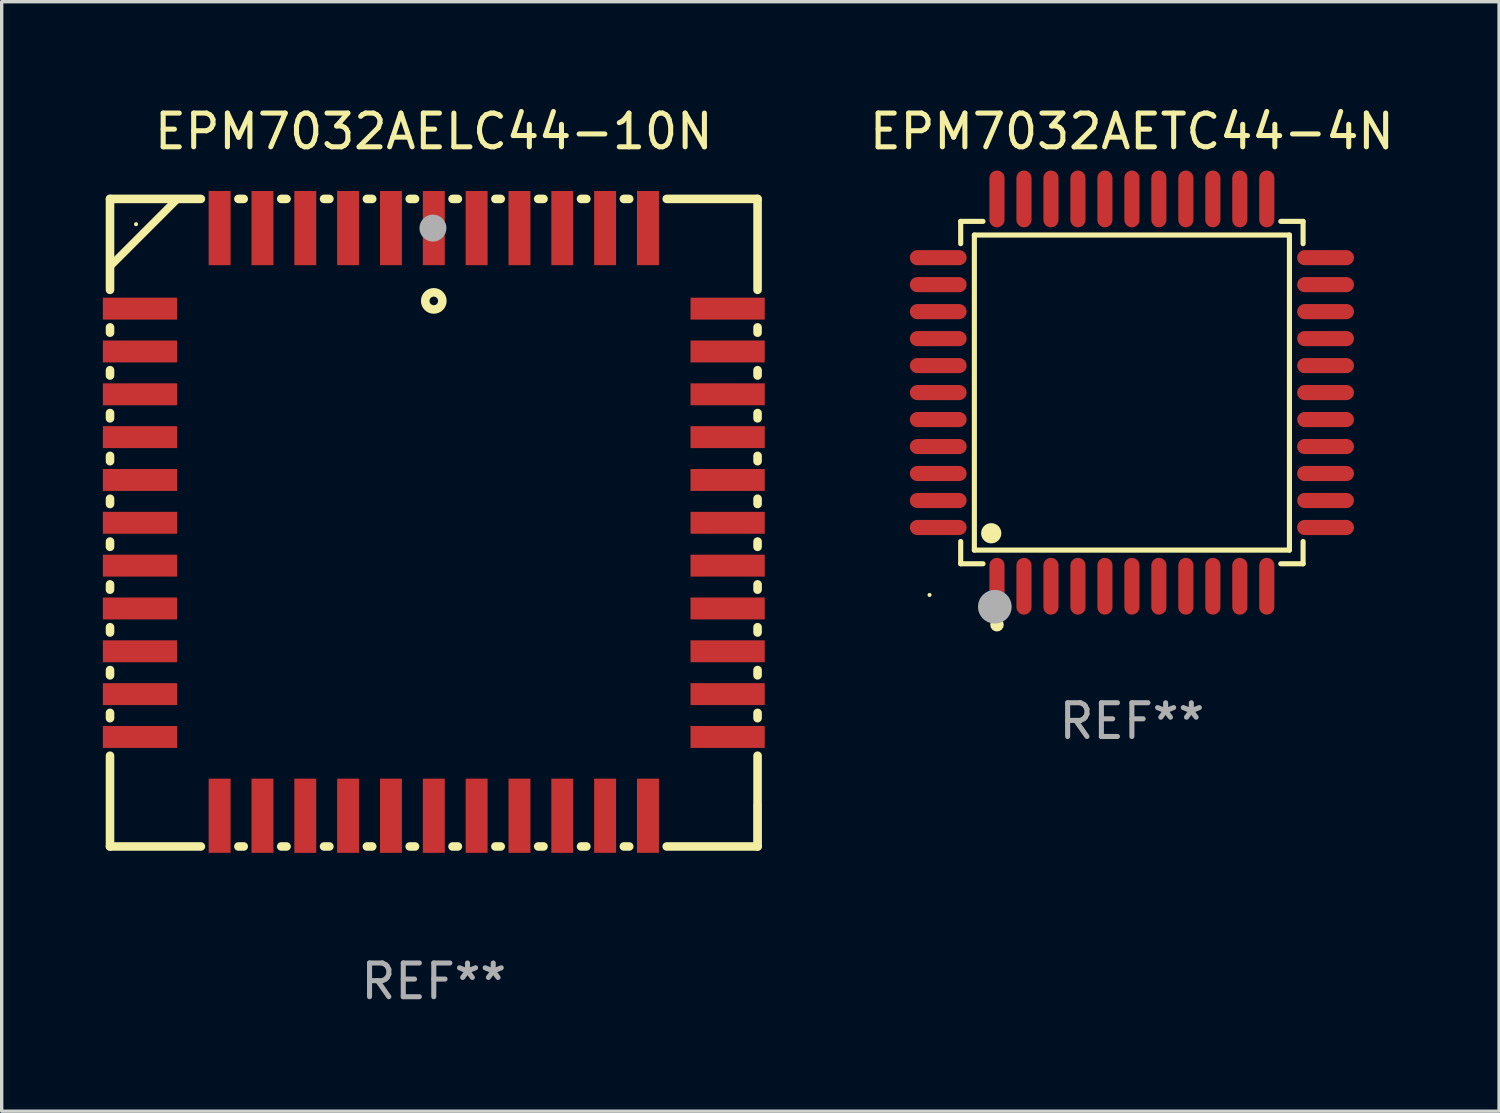
<source format=kicad_pcb>
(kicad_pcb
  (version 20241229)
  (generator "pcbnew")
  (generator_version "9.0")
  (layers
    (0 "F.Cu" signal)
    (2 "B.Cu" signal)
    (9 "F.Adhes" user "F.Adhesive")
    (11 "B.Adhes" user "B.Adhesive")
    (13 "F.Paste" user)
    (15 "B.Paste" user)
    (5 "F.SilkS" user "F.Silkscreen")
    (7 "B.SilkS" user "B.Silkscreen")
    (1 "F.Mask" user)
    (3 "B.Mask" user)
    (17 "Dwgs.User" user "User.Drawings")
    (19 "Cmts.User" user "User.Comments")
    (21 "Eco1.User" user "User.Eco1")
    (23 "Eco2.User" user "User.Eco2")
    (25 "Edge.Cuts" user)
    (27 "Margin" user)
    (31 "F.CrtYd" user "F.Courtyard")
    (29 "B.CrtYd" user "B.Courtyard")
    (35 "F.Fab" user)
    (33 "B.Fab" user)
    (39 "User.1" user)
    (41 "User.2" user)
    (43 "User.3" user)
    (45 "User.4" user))
  (footprint "EPM7032AETC44-4N"
    (layer "F.Cu")
    (at 30.511 8.59)
    (property "Reference" "EPM7032AETC44-4N" (at 0 -7.742 0) (layer "F.SilkS") (effects (font (size 1 1) (thickness 0.15))))
    (attr through_hole)
    (fp_line (start -5.076 -5.076) (end -4.415 -5.076) (stroke (width 0.152) (type solid)) (layer "F.SilkS"))
    (fp_line (start -5.076 -4.415) (end -5.076 -5.076) (stroke (width 0.152) (type solid)) (layer "F.SilkS"))
    (fp_line (start -5.076 4.415) (end -5.076 5.076) (stroke (width 0.152) (type solid)) (layer "F.SilkS"))
    (fp_line (start -5.076 5.076) (end -4.415 5.076) (stroke (width 0.152) (type solid)) (layer "F.SilkS"))
    (fp_line (start -4.671 -4.671) (end 4.671 -4.671) (stroke (width 0.152) (type solid)) (layer "F.SilkS"))
    (fp_line (start -4.671 4.671) (end -4.671 -4.671) (stroke (width 0.152) (type solid)) (layer "F.SilkS"))
    (fp_line (start 4.671 -4.671) (end 4.671 4.671) (stroke (width 0.152) (type solid)) (layer "F.SilkS"))
    (fp_line (start 4.671 4.671) (end -4.671 4.671) (stroke (width 0.152) (type solid)) (layer "F.SilkS"))
    (fp_line (start 5.076 -5.076) (end 4.415 -5.076) (stroke (width 0.152) (type solid)) (layer "F.SilkS"))
    (fp_line (start 5.076 -4.415) (end 5.076 -5.076) (stroke (width 0.152) (type solid)) (layer "F.SilkS"))
    (fp_line (start 5.076 4.415) (end 5.076 5.076) (stroke (width 0.152) (type solid)) (layer "F.SilkS"))
    (fp_line (start 5.076 5.076) (end 4.415 5.076) (stroke (width 0.152) (type solid)) (layer "F.SilkS"))
    (fp_circle (center -6 6) (end -5.97 6) (stroke (width 0.06) (type solid)) (fill no) (layer "F.SilkS"))
    (fp_circle (center -4.171 4.171) (end -4.021 4.171) (stroke (width 0.3) (type solid)) (fill no) (layer "F.SilkS"))
    (fp_circle (center -4 6.884) (end -3.9 6.884) (stroke (width 0.2) (type solid)) (fill no) (layer "F.SilkS"))
    (fp_circle (center -4.064 6.35) (end -3.814 6.35) (stroke (width 0.5) (type solid)) (fill no) (layer "F.Fab"))
    (fp_text user "REF**" (at 0 9.742 0) (layer "F.Fab") (effects (font (size 1 1) (thickness 0.15))))
    (pad "1" smd oval (at -4 5.742) (size 0.448 1.684) (layers "F.Cu" "F.Mask" "F.Paste"))
    (pad "2" smd oval (at -3.2 5.742) (size 0.448 1.684) (layers "F.Cu" "F.Mask" "F.Paste"))
    (pad "3" smd oval (at -2.4 5.742) (size 0.448 1.684) (layers "F.Cu" "F.Mask" "F.Paste"))
    (pad "4" smd oval (at -1.6 5.742) (size 0.448 1.684) (layers "F.Cu" "F.Mask" "F.Paste"))
    (pad "5" smd oval (at -0.8 5.742) (size 0.448 1.684) (layers "F.Cu" "F.Mask" "F.Paste"))
    (pad "6" smd oval (at 0 5.742) (size 0.448 1.684) (layers "F.Cu" "F.Mask" "F.Paste"))
    (pad "7" smd oval (at 0.8 5.742) (size 0.448 1.684) (layers "F.Cu" "F.Mask" "F.Paste"))
    (pad "8" smd oval (at 1.6 5.742) (size 0.448 1.684) (layers "F.Cu" "F.Mask" "F.Paste"))
    (pad "9" smd oval (at 2.4 5.742) (size 0.448 1.684) (layers "F.Cu" "F.Mask" "F.Paste"))
    (pad "10" smd oval (at 3.2 5.742) (size 0.448 1.684) (layers "F.Cu" "F.Mask" "F.Paste"))
    (pad "11" smd oval (at 4 5.742) (size 0.448 1.684) (layers "F.Cu" "F.Mask" "F.Paste"))
    (pad "12" smd oval (at 5.742 4) (size 1.684 0.448) (layers "F.Cu" "F.Mask" "F.Paste"))
    (pad "13" smd oval (at 5.742 3.2) (size 1.684 0.448) (layers "F.Cu" "F.Mask" "F.Paste"))
    (pad "14" smd oval (at 5.742 2.4) (size 1.684 0.448) (layers "F.Cu" "F.Mask" "F.Paste"))
    (pad "15" smd oval (at 5.742 1.6) (size 1.684 0.448) (layers "F.Cu" "F.Mask" "F.Paste"))
    (pad "16" smd oval (at 5.742 0.8) (size 1.684 0.448) (layers "F.Cu" "F.Mask" "F.Paste"))
    (pad "17" smd oval (at 5.742 0) (size 1.684 0.448) (layers "F.Cu" "F.Mask" "F.Paste"))
    (pad "18" smd oval (at 5.742 -0.8) (size 1.684 0.448) (layers "F.Cu" "F.Mask" "F.Paste"))
    (pad "19" smd oval (at 5.742 -1.6) (size 1.684 0.448) (layers "F.Cu" "F.Mask" "F.Paste"))
    (pad "20" smd oval (at 5.742 -2.4) (size 1.684 0.448) (layers "F.Cu" "F.Mask" "F.Paste"))
    (pad "21" smd oval (at 5.742 -3.2) (size 1.684 0.448) (layers "F.Cu" "F.Mask" "F.Paste"))
    (pad "22" smd oval (at 5.742 -4) (size 1.684 0.448) (layers "F.Cu" "F.Mask" "F.Paste"))
    (pad "23" smd oval (at 4 -5.742) (size 0.448 1.684) (layers "F.Cu" "F.Mask" "F.Paste"))
    (pad "24" smd oval (at 3.2 -5.742) (size 0.448 1.684) (layers "F.Cu" "F.Mask" "F.Paste"))
    (pad "25" smd oval (at 2.4 -5.742) (size 0.448 1.684) (layers "F.Cu" "F.Mask" "F.Paste"))
    (pad "26" smd oval (at 1.6 -5.742) (size 0.448 1.684) (layers "F.Cu" "F.Mask" "F.Paste"))
    (pad "27" smd oval (at 0.8 -5.742) (size 0.448 1.684) (layers "F.Cu" "F.Mask" "F.Paste"))
    (pad "28" smd oval (at 0 -5.742) (size 0.448 1.684) (layers "F.Cu" "F.Mask" "F.Paste"))
    (pad "29" smd oval (at -0.8 -5.742) (size 0.448 1.684) (layers "F.Cu" "F.Mask" "F.Paste"))
    (pad "30" smd oval (at -1.6 -5.742) (size 0.448 1.684) (layers "F.Cu" "F.Mask" "F.Paste"))
    (pad "31" smd oval (at -2.4 -5.742) (size 0.448 1.684) (layers "F.Cu" "F.Mask" "F.Paste"))
    (pad "32" smd oval (at -3.2 -5.742) (size 0.448 1.684) (layers "F.Cu" "F.Mask" "F.Paste"))
    (pad "33" smd oval (at -4 -5.742) (size 0.448 1.684) (layers "F.Cu" "F.Mask" "F.Paste"))
    (pad "34" smd oval (at -5.742 -4) (size 1.684 0.448) (layers "F.Cu" "F.Mask" "F.Paste"))
    (pad "35" smd oval (at -5.742 -3.2) (size 1.684 0.448) (layers "F.Cu" "F.Mask" "F.Paste"))
    (pad "36" smd oval (at -5.742 -2.4) (size 1.684 0.448) (layers "F.Cu" "F.Mask" "F.Paste"))
    (pad "37" smd oval (at -5.742 -1.6) (size 1.684 0.448) (layers "F.Cu" "F.Mask" "F.Paste"))
    (pad "38" smd oval (at -5.742 -0.8) (size 1.684 0.448) (layers "F.Cu" "F.Mask" "F.Paste"))
    (pad "39" smd oval (at -5.742 0) (size 1.684 0.448) (layers "F.Cu" "F.Mask" "F.Paste"))
    (pad "40" smd oval (at -5.742 0.8) (size 1.684 0.448) (layers "F.Cu" "F.Mask" "F.Paste"))
    (pad "41" smd oval (at -5.742 1.6) (size 1.684 0.448) (layers "F.Cu" "F.Mask" "F.Paste"))
    (pad "42" smd oval (at -5.742 2.4) (size 1.684 0.448) (layers "F.Cu" "F.Mask" "F.Paste"))
    (pad "43" smd oval (at -5.742 3.2) (size 1.684 0.448) (layers "F.Cu" "F.Mask" "F.Paste"))
    (pad "44" smd oval (at -5.742 4) (size 1.684 0.448) (layers "F.Cu" "F.Mask" "F.Paste")))
  (footprint "EPM7032AELC44-10N"
    (layer "F.Cu")
    (at 9.812 12.448)
    (property "Reference" "EPM7032AELC44-10N" (at 0 -11.6 0) (layer "F.SilkS") (effects (font (size 1 1) (thickness 0.15))))
    (attr through_hole)
    (fp_line (start -9.6 -9.6) (end -6.906 -9.6) (stroke (width 0.254) (type solid)) (layer "F.SilkS"))
    (fp_line (start -9.6 -6.904) (end -9.6 -9.6) (stroke (width 0.254) (type solid)) (layer "F.SilkS"))
    (fp_line (start -9.6 -5.634) (end -9.6 -5.791) (stroke (width 0.254) (type solid)) (layer "F.SilkS"))
    (fp_line (start -9.6 -4.364) (end -9.6 -4.521) (stroke (width 0.254) (type solid)) (layer "F.SilkS"))
    (fp_line (start -9.6 -3.094) (end -9.6 -3.251) (stroke (width 0.254) (type solid)) (layer "F.SilkS"))
    (fp_line (start -9.6 -1.824) (end -9.6 -1.981) (stroke (width 0.254) (type solid)) (layer "F.SilkS"))
    (fp_line (start -9.6 -0.554) (end -9.6 -0.711) (stroke (width 0.254) (type solid)) (layer "F.SilkS"))
    (fp_line (start -9.6 0.716) (end -9.6 0.559) (stroke (width 0.254) (type solid)) (layer "F.SilkS"))
    (fp_line (start -9.6 1.986) (end -9.6 1.829) (stroke (width 0.254) (type solid)) (layer "F.SilkS"))
    (fp_line (start -9.6 3.256) (end -9.6 3.099) (stroke (width 0.254) (type solid)) (layer "F.SilkS"))
    (fp_line (start -9.6 4.526) (end -9.6 4.369) (stroke (width 0.254) (type solid)) (layer "F.SilkS"))
    (fp_line (start -9.6 5.796) (end -9.6 5.639) (stroke (width 0.254) (type solid)) (layer "F.SilkS"))
    (fp_line (start -9.6 9.6) (end -9.6 6.909) (stroke (width 0.254) (type solid)) (layer "F.SilkS"))
    (fp_line (start -7.6 -9.6) (end -9.6 -7.6) (stroke (width 0.229) (type solid)) (layer "F.SilkS"))
    (fp_line (start -6.906 9.6) (end -9.6 9.6) (stroke (width 0.254) (type solid)) (layer "F.SilkS"))
    (fp_line (start -5.794 -9.6) (end -5.636 -9.6) (stroke (width 0.254) (type solid)) (layer "F.SilkS"))
    (fp_line (start -5.636 9.6) (end -5.794 9.6) (stroke (width 0.254) (type solid)) (layer "F.SilkS"))
    (fp_line (start -4.524 -9.6) (end -4.366 -9.6) (stroke (width 0.254) (type solid)) (layer "F.SilkS"))
    (fp_line (start -4.366 9.6) (end -4.524 9.6) (stroke (width 0.254) (type solid)) (layer "F.SilkS"))
    (fp_line (start -3.254 -9.6) (end -3.096 -9.6) (stroke (width 0.254) (type solid)) (layer "F.SilkS"))
    (fp_line (start -3.096 9.6) (end -3.254 9.6) (stroke (width 0.254) (type solid)) (layer "F.SilkS"))
    (fp_line (start -1.984 -9.6) (end -1.826 -9.6) (stroke (width 0.254) (type solid)) (layer "F.SilkS"))
    (fp_line (start -1.826 9.6) (end -1.984 9.6) (stroke (width 0.254) (type solid)) (layer "F.SilkS"))
    (fp_line (start -0.714 -9.6) (end -0.556 -9.6) (stroke (width 0.254) (type solid)) (layer "F.SilkS"))
    (fp_line (start -0.556 9.6) (end -0.714 9.6) (stroke (width 0.254) (type solid)) (layer "F.SilkS"))
    (fp_line (start 0.556 -9.6) (end 0.714 -9.6) (stroke (width 0.254) (type solid)) (layer "F.SilkS"))
    (fp_line (start 0.714 9.6) (end 0.556 9.6) (stroke (width 0.254) (type solid)) (layer "F.SilkS"))
    (fp_line (start 1.826 -9.6) (end 1.984 -9.6) (stroke (width 0.254) (type solid)) (layer "F.SilkS"))
    (fp_line (start 1.984 9.6) (end 1.826 9.6) (stroke (width 0.254) (type solid)) (layer "F.SilkS"))
    (fp_line (start 3.096 -9.6) (end 3.254 -9.6) (stroke (width 0.254) (type solid)) (layer "F.SilkS"))
    (fp_line (start 3.254 9.6) (end 3.096 9.6) (stroke (width 0.254) (type solid)) (layer "F.SilkS"))
    (fp_line (start 4.366 -9.6) (end 4.524 -9.6) (stroke (width 0.254) (type solid)) (layer "F.SilkS"))
    (fp_line (start 4.524 9.6) (end 4.366 9.6) (stroke (width 0.254) (type solid)) (layer "F.SilkS"))
    (fp_line (start 5.636 -9.6) (end 5.794 -9.6) (stroke (width 0.254) (type solid)) (layer "F.SilkS"))
    (fp_line (start 5.794 9.6) (end 5.636 9.6) (stroke (width 0.254) (type solid)) (layer "F.SilkS"))
    (fp_line (start 6.906 -9.6) (end 9.6 -9.6) (stroke (width 0.254) (type solid)) (layer "F.SilkS"))
    (fp_line (start 9.6 -6.904) (end 9.6 -9.6) (stroke (width 0.254) (type solid)) (layer "F.SilkS"))
    (fp_line (start 9.6 -5.634) (end 9.6 -5.791) (stroke (width 0.254) (type solid)) (layer "F.SilkS"))
    (fp_line (start 9.6 -4.364) (end 9.6 -4.521) (stroke (width 0.254) (type solid)) (layer "F.SilkS"))
    (fp_line (start 9.6 -3.094) (end 9.6 -3.251) (stroke (width 0.254) (type solid)) (layer "F.SilkS"))
    (fp_line (start 9.6 -1.824) (end 9.6 -1.981) (stroke (width 0.254) (type solid)) (layer "F.SilkS"))
    (fp_line (start 9.6 -0.554) (end 9.6 -0.711) (stroke (width 0.254) (type solid)) (layer "F.SilkS"))
    (fp_line (start 9.6 0.716) (end 9.6 0.559) (stroke (width 0.254) (type solid)) (layer "F.SilkS"))
    (fp_line (start 9.6 1.986) (end 9.6 1.829) (stroke (width 0.254) (type solid)) (layer "F.SilkS"))
    (fp_line (start 9.6 3.256) (end 9.6 3.099) (stroke (width 0.254) (type solid)) (layer "F.SilkS"))
    (fp_line (start 9.6 4.526) (end 9.6 4.369) (stroke (width 0.254) (type solid)) (layer "F.SilkS"))
    (fp_line (start 9.6 5.796) (end 9.6 5.639) (stroke (width 0.254) (type solid)) (layer "F.SilkS"))
    (fp_line (start 9.6 9.6) (end 6.906 9.6) (stroke (width 0.254) (type solid)) (layer "F.SilkS"))
    (fp_line (start 9.6 9.6) (end 9.6 6.909) (stroke (width 0.254) (type solid)) (layer "F.SilkS"))
    (fp_line (start 9.6 9.6) (end 9.6 8.352) (stroke (width 0.229) (type solid)) (layer "F.SilkS"))
    (fp_circle (center -8.828 -8.851) (end -8.798 -8.851) (stroke (width 0.06) (type solid)) (fill no) (layer "F.SilkS"))
    (fp_circle (center 0 -6.576) (end 0.254 -6.576) (stroke (width 0.254) (type solid)) (fill no) (layer "F.SilkS"))
    (fp_circle (center -0.025 -8.735) (end 0.175 -8.735) (stroke (width 0.4) (type solid)) (fill no) (layer "F.Fab"))
    (fp_text user "REF**" (at 0 13.6 0) (layer "F.Fab") (effects (font (size 1 1) (thickness 0.15))))
    (pad "1" smd rect (at 0 -8.735 180) (size 0.65 2.2) (layers "F.Cu" "F.Mask" "F.Paste"))
    (pad "2" smd rect (at -1.27 -8.735 180) (size 0.65 2.2) (layers "F.Cu" "F.Mask" "F.Paste"))
    (pad "3" smd rect (at -2.54 -8.735 180) (size 0.65 2.2) (layers "F.Cu" "F.Mask" "F.Paste"))
    (pad "4" smd rect (at -3.81 -8.735 180) (size 0.65 2.2) (layers "F.Cu" "F.Mask" "F.Paste"))
    (pad "5" smd rect (at -5.08 -8.735 180) (size 0.65 2.2) (layers "F.Cu" "F.Mask" "F.Paste"))
    (pad "6" smd rect (at -6.35 -8.735 180) (size 0.65 2.2) (layers "F.Cu" "F.Mask" "F.Paste"))
    (pad "7" smd rect (at -8.712 -6.347 180) (size 2.2 0.65) (layers "F.Cu" "F.Mask" "F.Paste"))
    (pad "8" smd rect (at -8.712 -5.077 180) (size 2.2 0.65) (layers "F.Cu" "F.Mask" "F.Paste"))
    (pad "9" smd rect (at -8.712 -3.807 180) (size 2.2 0.65) (layers "F.Cu" "F.Mask" "F.Paste"))
    (pad "10" smd rect (at -8.712 -2.537 180) (size 2.2 0.65) (layers "F.Cu" "F.Mask" "F.Paste"))
    (pad "11" smd rect (at -8.712 -1.267 180) (size 2.2 0.65) (layers "F.Cu" "F.Mask" "F.Paste"))
    (pad "12" smd rect (at -8.712 0.003 180) (size 2.2 0.65) (layers "F.Cu" "F.Mask" "F.Paste"))
    (pad "13" smd rect (at -8.712 1.273 180) (size 2.2 0.65) (layers "F.Cu" "F.Mask" "F.Paste"))
    (pad "14" smd rect (at -8.712 2.543 180) (size 2.2 0.65) (layers "F.Cu" "F.Mask" "F.Paste"))
    (pad "15" smd rect (at -8.712 3.813 180) (size 2.2 0.65) (layers "F.Cu" "F.Mask" "F.Paste"))
    (pad "16" smd rect (at -8.712 5.083 180) (size 2.2 0.65) (layers "F.Cu" "F.Mask" "F.Paste"))
    (pad "17" smd rect (at -8.712 6.353 180) (size 2.2 0.65) (layers "F.Cu" "F.Mask" "F.Paste"))
    (pad "18" smd rect (at -6.35 8.689 180) (size 0.65 2.2) (layers "F.Cu" "F.Mask" "F.Paste"))
    (pad "19" smd rect (at -5.08 8.689 180) (size 0.65 2.2) (layers "F.Cu" "F.Mask" "F.Paste"))
    (pad "20" smd rect (at -3.81 8.689 180) (size 0.65 2.2) (layers "F.Cu" "F.Mask" "F.Paste"))
    (pad "21" smd rect (at -2.54 8.689 180) (size 0.65 2.2) (layers "F.Cu" "F.Mask" "F.Paste"))
    (pad "22" smd rect (at -1.27 8.689 180) (size 0.65 2.2) (layers "F.Cu" "F.Mask" "F.Paste"))
    (pad "23" smd rect (at 0 8.689 180) (size 0.65 2.2) (layers "F.Cu" "F.Mask" "F.Paste"))
    (pad "24" smd rect (at 1.27 8.689 180) (size 0.65 2.2) (layers "F.Cu" "F.Mask" "F.Paste"))
    (pad "25" smd rect (at 2.54 8.689 180) (size 0.65 2.2) (layers "F.Cu" "F.Mask" "F.Paste"))
    (pad "26" smd rect (at 3.81 8.689 180) (size 0.65 2.2) (layers "F.Cu" "F.Mask" "F.Paste"))
    (pad "27" smd rect (at 5.08 8.689 180) (size 0.65 2.2) (layers "F.Cu" "F.Mask" "F.Paste"))
    (pad "28" smd rect (at 6.35 8.689 180) (size 0.65 2.2) (layers "F.Cu" "F.Mask" "F.Paste"))
    (pad "29" smd rect (at 8.712 6.353 180) (size 2.2 0.65) (layers "F.Cu" "F.Mask" "F.Paste"))
    (pad "30" smd rect (at 8.712 5.083 180) (size 2.2 0.65) (layers "F.Cu" "F.Mask" "F.Paste"))
    (pad "31" smd rect (at 8.712 3.813 180) (size 2.2 0.65) (layers "F.Cu" "F.Mask" "F.Paste"))
    (pad "32" smd rect (at 8.712 2.543 180) (size 2.2 0.65) (layers "F.Cu" "F.Mask" "F.Paste"))
    (pad "33" smd rect (at 8.712 1.273 180) (size 2.2 0.65) (layers "F.Cu" "F.Mask" "F.Paste"))
    (pad "34" smd rect (at 8.712 0.003 180) (size 2.2 0.65) (layers "F.Cu" "F.Mask" "F.Paste"))
    (pad "35" smd rect (at 8.712 -1.267 180) (size 2.2 0.65) (layers "F.Cu" "F.Mask" "F.Paste"))
    (pad "36" smd rect (at 8.712 -2.537 180) (size 2.2 0.65) (layers "F.Cu" "F.Mask" "F.Paste"))
    (pad "37" smd rect (at 8.712 -3.807 180) (size 2.2 0.65) (layers "F.Cu" "F.Mask" "F.Paste"))
    (pad "38" smd rect (at 8.712 -5.077 180) (size 2.2 0.65) (layers "F.Cu" "F.Mask" "F.Paste"))
    (pad "39" smd rect (at 8.712 -6.347 180) (size 2.2 0.65) (layers "F.Cu" "F.Mask" "F.Paste"))
    (pad "40" smd rect (at 6.35 -8.735 180) (size 0.65 2.2) (layers "F.Cu" "F.Mask" "F.Paste"))
    (pad "41" smd rect (at 5.08 -8.735 180) (size 0.65 2.2) (layers "F.Cu" "F.Mask" "F.Paste"))
    (pad "42" smd rect (at 3.81 -8.735 180) (size 0.65 2.2) (layers "F.Cu" "F.Mask" "F.Paste"))
    (pad "43" smd rect (at 2.54 -8.735 180) (size 0.65 2.2) (layers "F.Cu" "F.Mask" "F.Paste"))
    (pad "44" smd rect (at 1.27 -8.735 180) (size 0.65 2.2) (layers "F.Cu" "F.Mask" "F.Paste")))
  (gr_rect
    (start -3 -3)
    (end 41.398 29.897)
    (stroke (width 0.1) (type default))
    (fill no)
    (layer "Edge.Cuts")))
</source>
